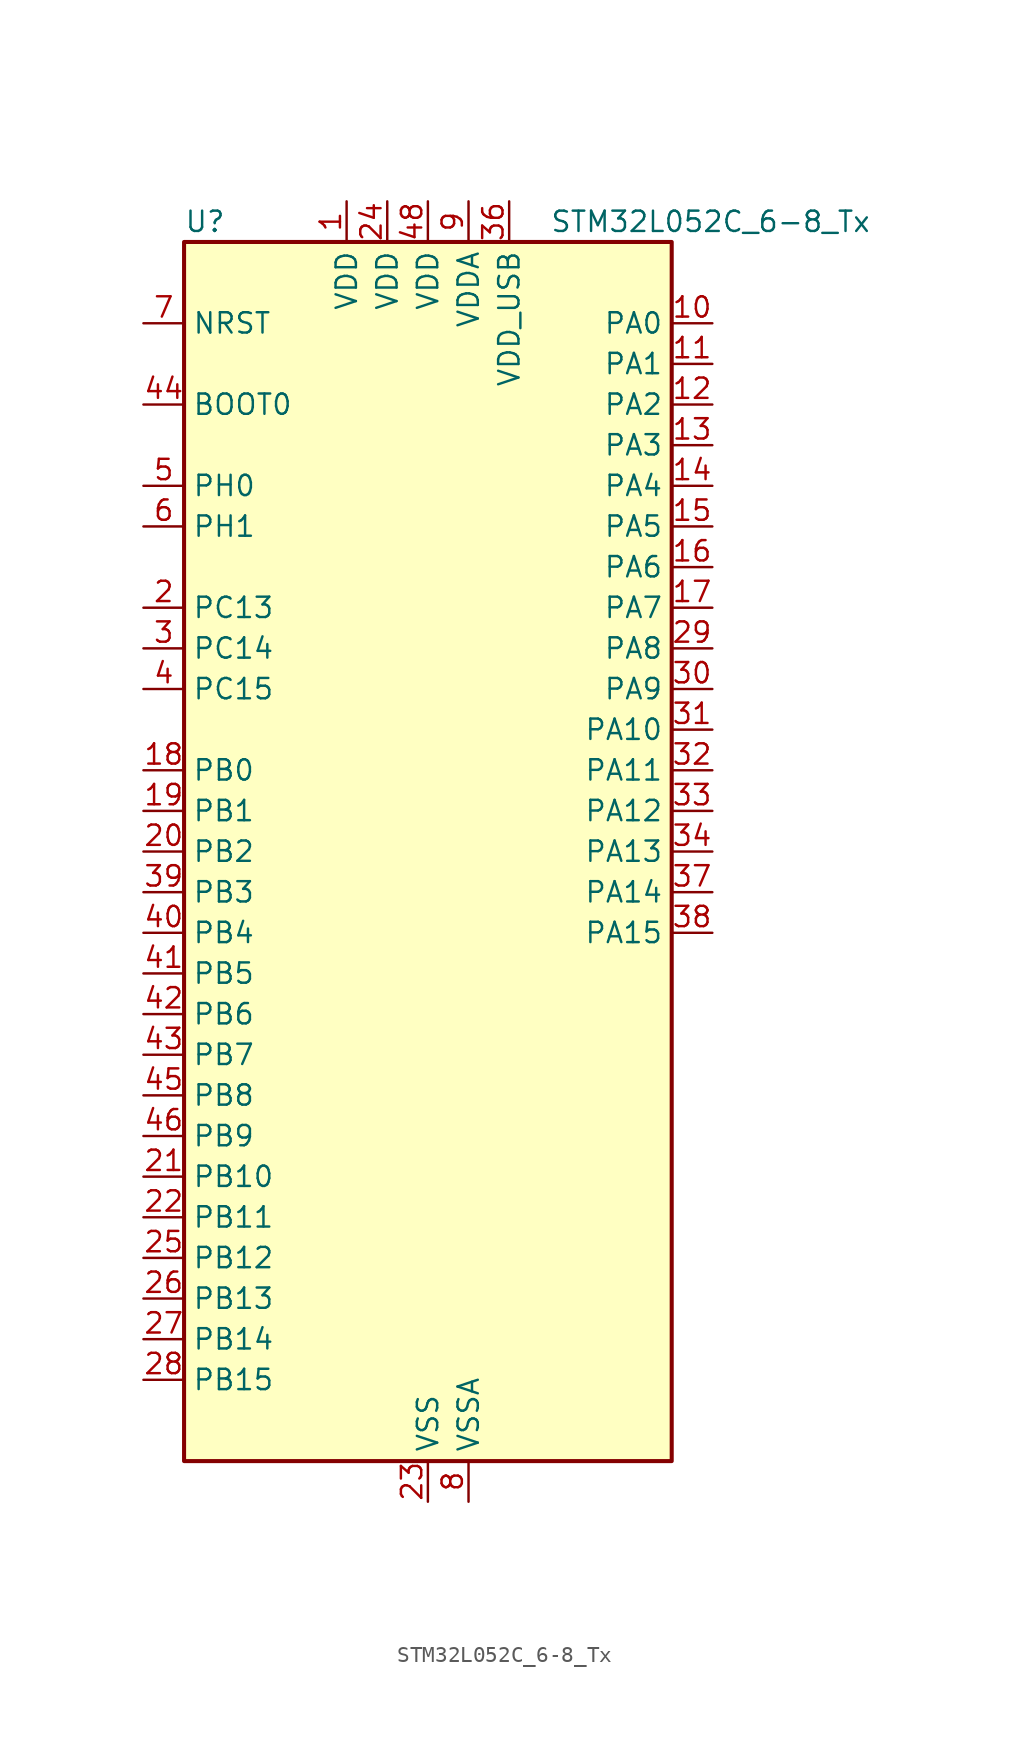
<source format=kicad_sym>
(kicad_symbol_lib
  (version 20241209)
  (generator "kicad_symbol_editor")
  (generator_version "9.0")
  (symbol "STM32L052C_6-8_Tx"
    (property "Reference" "U"
      (at -15.24 39.37 0)
      (effects (font (size 1.27 1.27)) (justify left)))
    (property "Value" "STM32L052C_6-8_Tx"
      (at 7.62 39.37 0)
      (effects (font (size 1.27 1.27)) (justify left)))
    (symbol "STM32L052C_6-8_Tx_0_1"
      (rectangle (start -15.24 -38.1) (end 15.24 38.1) (stroke (width 0.254) (type default)) (fill (type background))))
    (symbol "STM32L052C_6-8_Tx_1_1"
      (pin input line (at -17.78 33.02 0) (length 2.54) (name "NRST" (effects (font (size 1.27 1.27)))) (number "7" (effects (font (size 1.27 1.27)))))
      (pin input line (at -17.78 27.94 0) (length 2.54) (name "BOOT0" (effects (font (size 1.27 1.27)))) (number "44" (effects (font (size 1.27 1.27)))))
      (pin bidirectional line (at -17.78 22.86 0) (length 2.54) (name "PH0" (effects (font (size 1.27 1.27)))) (number "5" (effects (font (size 1.27 1.27)))) (alternate "CRS_SYNC" bidirectional line) (alternate "RCC_OSC_IN" bidirectional line))
      (pin bidirectional line (at -17.78 20.32 0) (length 2.54) (name "PH1" (effects (font (size 1.27 1.27)))) (number "6" (effects (font (size 1.27 1.27)))) (alternate "RCC_OSC_OUT" bidirectional line))
      (pin bidirectional line (at -17.78 15.24 0) (length 2.54) (name "PC13" (effects (font (size 1.27 1.27)))) (number "2" (effects (font (size 1.27 1.27)))) (alternate "RTC_OUT_ALARM" bidirectional line) (alternate "RTC_OUT_CALIB" bidirectional line) (alternate "RTC_TAMP1" bidirectional line) (alternate "RTC_TS" bidirectional line) (alternate "SYS_WKUP2" bidirectional line))
      (pin bidirectional line (at -17.78 12.7 0) (length 2.54) (name "PC14" (effects (font (size 1.27 1.27)))) (number "3" (effects (font (size 1.27 1.27)))) (alternate "RCC_OSC32_IN" bidirectional line))
      (pin bidirectional line (at -17.78 10.16 0) (length 2.54) (name "PC15" (effects (font (size 1.27 1.27)))) (number "4" (effects (font (size 1.27 1.27)))) (alternate "RCC_OSC32_OUT" bidirectional line))
      (pin bidirectional line (at -17.78 5.08 0) (length 2.54) (name "PB0" (effects (font (size 1.27 1.27)))) (number "18" (effects (font (size 1.27 1.27)))) (alternate "ADC_IN8" bidirectional line) (alternate "SYS_VREF_OUT_PB0" bidirectional line) (alternate "TSC_G3_IO2" bidirectional line))
      (pin bidirectional line (at -17.78 2.54 0) (length 2.54) (name "PB1" (effects (font (size 1.27 1.27)))) (number "19" (effects (font (size 1.27 1.27)))) (alternate "ADC_IN9" bidirectional line) (alternate "LPUART1_DE" bidirectional line) (alternate "LPUART1_RTS" bidirectional line) (alternate "SYS_VREF_OUT_PB1" bidirectional line) (alternate "TSC_G3_IO3" bidirectional line))
      (pin bidirectional line (at -17.78 0 0) (length 2.54) (name "PB2" (effects (font (size 1.27 1.27)))) (number "20" (effects (font (size 1.27 1.27)))) (alternate "LPTIM1_OUT" bidirectional line) (alternate "TSC_G3_IO4" bidirectional line))
      (pin bidirectional line (at -17.78 -2.54 0) (length 2.54) (name "PB3" (effects (font (size 1.27 1.27)))) (number "39" (effects (font (size 1.27 1.27)))) (alternate "COMP2_INM" bidirectional line) (alternate "SPI1_SCK" bidirectional line) (alternate "TIM2_CH2" bidirectional line) (alternate "TSC_G5_IO1" bidirectional line))
      (pin bidirectional line (at -17.78 -5.08 0) (length 2.54) (name "PB4" (effects (font (size 1.27 1.27)))) (number "40" (effects (font (size 1.27 1.27)))) (alternate "COMP2_INP" bidirectional line) (alternate "SPI1_MISO" bidirectional line) (alternate "TIM22_CH1" bidirectional line) (alternate "TSC_G5_IO2" bidirectional line))
      (pin bidirectional line (at -17.78 -7.62 0) (length 2.54) (name "PB5" (effects (font (size 1.27 1.27)))) (number "41" (effects (font (size 1.27 1.27)))) (alternate "COMP2_INP" bidirectional line) (alternate "I2C1_SMBA" bidirectional line) (alternate "LPTIM1_IN1" bidirectional line) (alternate "SPI1_MOSI" bidirectional line) (alternate "TIM22_CH2" bidirectional line))
      (pin bidirectional line (at -17.78 -10.16 0) (length 2.54) (name "PB6" (effects (font (size 1.27 1.27)))) (number "42" (effects (font (size 1.27 1.27)))) (alternate "COMP2_INP" bidirectional line) (alternate "I2C1_SCL" bidirectional line) (alternate "LPTIM1_ETR" bidirectional line) (alternate "TSC_G5_IO3" bidirectional line) (alternate "USART1_TX" bidirectional line))
      (pin bidirectional line (at -17.78 -12.7 0) (length 2.54) (name "PB7" (effects (font (size 1.27 1.27)))) (number "43" (effects (font (size 1.27 1.27)))) (alternate "COMP2_INP" bidirectional line) (alternate "I2C1_SDA" bidirectional line) (alternate "LPTIM1_IN2" bidirectional line) (alternate "SYS_PVD_IN" bidirectional line) (alternate "TSC_G5_IO4" bidirectional line) (alternate "USART1_RX" bidirectional line))
      (pin bidirectional line (at -17.78 -15.24 0) (length 2.54) (name "PB8" (effects (font (size 1.27 1.27)))) (number "45" (effects (font (size 1.27 1.27)))) (alternate "I2C1_SCL" bidirectional line) (alternate "TSC_SYNC" bidirectional line))
      (pin bidirectional line (at -17.78 -17.78 0) (length 2.54) (name "PB9" (effects (font (size 1.27 1.27)))) (number "46" (effects (font (size 1.27 1.27)))) (alternate "DAC_EXTI9" bidirectional line) (alternate "I2C1_SDA" bidirectional line) (alternate "I2S2_WS" bidirectional line) (alternate "SPI2_NSS" bidirectional line))
      (pin bidirectional line (at -17.78 -20.32 0) (length 2.54) (name "PB10" (effects (font (size 1.27 1.27)))) (number "21" (effects (font (size 1.27 1.27)))) (alternate "I2C2_SCL" bidirectional line) (alternate "LPUART1_TX" bidirectional line) (alternate "SPI2_SCK" bidirectional line) (alternate "TIM2_CH3" bidirectional line) (alternate "TSC_SYNC" bidirectional line))
      (pin bidirectional line (at -17.78 -22.86 0) (length 2.54) (name "PB11" (effects (font (size 1.27 1.27)))) (number "22" (effects (font (size 1.27 1.27)))) (alternate "ADC_EXTI11" bidirectional line) (alternate "I2C2_SDA" bidirectional line) (alternate "LPUART1_RX" bidirectional line) (alternate "TIM2_CH4" bidirectional line) (alternate "TSC_G6_IO1" bidirectional line))
      (pin bidirectional line (at -17.78 -25.4 0) (length 2.54) (name "PB12" (effects (font (size 1.27 1.27)))) (number "25" (effects (font (size 1.27 1.27)))) (alternate "I2S2_WS" bidirectional line) (alternate "LPUART1_DE" bidirectional line) (alternate "LPUART1_RTS" bidirectional line) (alternate "SPI2_NSS" bidirectional line) (alternate "TSC_G6_IO2" bidirectional line))
      (pin bidirectional line (at -17.78 -27.94 0) (length 2.54) (name "PB13" (effects (font (size 1.27 1.27)))) (number "26" (effects (font (size 1.27 1.27)))) (alternate "I2C2_SCL" bidirectional line) (alternate "I2S2_CK" bidirectional line) (alternate "LPUART1_CTS" bidirectional line) (alternate "SPI2_SCK" bidirectional line) (alternate "TIM21_CH1" bidirectional line) (alternate "TSC_G6_IO3" bidirectional line))
      (pin bidirectional line (at -17.78 -30.48 0) (length 2.54) (name "PB14" (effects (font (size 1.27 1.27)))) (number "27" (effects (font (size 1.27 1.27)))) (alternate "I2C2_SDA" bidirectional line) (alternate "I2S2_MCK" bidirectional line) (alternate "LPUART1_DE" bidirectional line) (alternate "LPUART1_RTS" bidirectional line) (alternate "RTC_OUT_ALARM" bidirectional line) (alternate "RTC_OUT_CALIB" bidirectional line) (alternate "SPI2_MISO" bidirectional line) (alternate "TIM21_CH2" bidirectional line) (alternate "TSC_G6_IO4" bidirectional line))
      (pin bidirectional line (at -17.78 -33.02 0) (length 2.54) (name "PB15" (effects (font (size 1.27 1.27)))) (number "28" (effects (font (size 1.27 1.27)))) (alternate "I2S2_SD" bidirectional line) (alternate "RTC_REFIN" bidirectional line) (alternate "SPI2_MOSI" bidirectional line))
      (pin power_in line (at -5.08 40.64 270) (length 2.54) (name "VDD" (effects (font (size 1.27 1.27)))) (number "1" (effects (font (size 1.27 1.27)))))
      (pin power_in line (at -2.54 40.64 270) (length 2.54) (name "VDD" (effects (font (size 1.27 1.27)))) (number "24" (effects (font (size 1.27 1.27)))))
      (pin power_in line (at 0 40.64 270) (length 2.54) (name "VDD" (effects (font (size 1.27 1.27)))) (number "48" (effects (font (size 1.27 1.27)))))
      (pin power_in line (at 0 -40.64 90) (length 2.54) (name "VSS" (effects (font (size 1.27 1.27)))) (number "23" (effects (font (size 1.27 1.27)))))
      (pin passive line (at 0 -40.64 90) (length 2.54) (hide yes) (name "VSS" (effects (font (size 1.27 1.27)))) (number "35" (effects (font (size 1.27 1.27)))))
      (pin passive line (at 0 -40.64 90) (length 2.54) (hide yes) (name "VSS" (effects (font (size 1.27 1.27)))) (number "47" (effects (font (size 1.27 1.27)))))
      (pin power_in line (at 2.54 40.64 270) (length 2.54) (name "VDDA" (effects (font (size 1.27 1.27)))) (number "9" (effects (font (size 1.27 1.27)))))
      (pin power_in line (at 2.54 -40.64 90) (length 2.54) (name "VSSA" (effects (font (size 1.27 1.27)))) (number "8" (effects (font (size 1.27 1.27)))))
      (pin power_in line (at 5.08 40.64 270) (length 2.54) (name "VDD_USB" (effects (font (size 1.27 1.27)))) (number "36" (effects (font (size 1.27 1.27)))))
      (pin bidirectional line (at 17.78 33.02 180) (length 2.54) (name "PA0" (effects (font (size 1.27 1.27)))) (number "10" (effects (font (size 1.27 1.27)))) (alternate "ADC_IN0" bidirectional line) (alternate "COMP1_INM" bidirectional line) (alternate "COMP1_OUT" bidirectional line) (alternate "RTC_TAMP2" bidirectional line) (alternate "SYS_WKUP1" bidirectional line) (alternate "TIM2_CH1" bidirectional line) (alternate "TIM2_ETR" bidirectional line) (alternate "TSC_G1_IO1" bidirectional line) (alternate "USART2_CTS" bidirectional line))
      (pin bidirectional line (at 17.78 30.48 180) (length 2.54) (name "PA1" (effects (font (size 1.27 1.27)))) (number "11" (effects (font (size 1.27 1.27)))) (alternate "ADC_IN1" bidirectional line) (alternate "COMP1_INP" bidirectional line) (alternate "TIM21_ETR" bidirectional line) (alternate "TIM2_CH2" bidirectional line) (alternate "TSC_G1_IO2" bidirectional line) (alternate "USART2_DE" bidirectional line) (alternate "USART2_RTS" bidirectional line))
      (pin bidirectional line (at 17.78 27.94 180) (length 2.54) (name "PA2" (effects (font (size 1.27 1.27)))) (number "12" (effects (font (size 1.27 1.27)))) (alternate "ADC_IN2" bidirectional line) (alternate "COMP2_INM" bidirectional line) (alternate "COMP2_OUT" bidirectional line) (alternate "TIM21_CH1" bidirectional line) (alternate "TIM2_CH3" bidirectional line) (alternate "TSC_G1_IO3" bidirectional line) (alternate "USART2_TX" bidirectional line))
      (pin bidirectional line (at 17.78 25.4 180) (length 2.54) (name "PA3" (effects (font (size 1.27 1.27)))) (number "13" (effects (font (size 1.27 1.27)))) (alternate "ADC_IN3" bidirectional line) (alternate "COMP2_INP" bidirectional line) (alternate "TIM21_CH2" bidirectional line) (alternate "TIM2_CH4" bidirectional line) (alternate "TSC_G1_IO4" bidirectional line) (alternate "USART2_RX" bidirectional line))
      (pin bidirectional line (at 17.78 22.86 180) (length 2.54) (name "PA4" (effects (font (size 1.27 1.27)))) (number "14" (effects (font (size 1.27 1.27)))) (alternate "ADC_IN4" bidirectional line) (alternate "COMP1_INM" bidirectional line) (alternate "COMP2_INM" bidirectional line) (alternate "DAC_OUT1" bidirectional line) (alternate "SPI1_NSS" bidirectional line) (alternate "TIM22_ETR" bidirectional line) (alternate "TSC_G2_IO1" bidirectional line) (alternate "USART2_CK" bidirectional line))
      (pin bidirectional line (at 17.78 20.32 180) (length 2.54) (name "PA5" (effects (font (size 1.27 1.27)))) (number "15" (effects (font (size 1.27 1.27)))) (alternate "ADC_IN5" bidirectional line) (alternate "COMP1_INM" bidirectional line) (alternate "COMP2_INM" bidirectional line) (alternate "SPI1_SCK" bidirectional line) (alternate "TIM2_CH1" bidirectional line) (alternate "TIM2_ETR" bidirectional line) (alternate "TSC_G2_IO2" bidirectional line))
      (pin bidirectional line (at 17.78 17.78 180) (length 2.54) (name "PA6" (effects (font (size 1.27 1.27)))) (number "16" (effects (font (size 1.27 1.27)))) (alternate "ADC_IN6" bidirectional line) (alternate "COMP1_OUT" bidirectional line) (alternate "LPUART1_CTS" bidirectional line) (alternate "SPI1_MISO" bidirectional line) (alternate "TIM22_CH1" bidirectional line) (alternate "TSC_G2_IO3" bidirectional line))
      (pin bidirectional line (at 17.78 15.24 180) (length 2.54) (name "PA7" (effects (font (size 1.27 1.27)))) (number "17" (effects (font (size 1.27 1.27)))) (alternate "ADC_IN7" bidirectional line) (alternate "COMP2_OUT" bidirectional line) (alternate "SPI1_MOSI" bidirectional line) (alternate "TIM22_CH2" bidirectional line) (alternate "TSC_G2_IO4" bidirectional line))
      (pin bidirectional line (at 17.78 12.7 180) (length 2.54) (name "PA8" (effects (font (size 1.27 1.27)))) (number "29" (effects (font (size 1.27 1.27)))) (alternate "CRS_SYNC" bidirectional line) (alternate "RCC_MCO" bidirectional line) (alternate "USART1_CK" bidirectional line))
      (pin bidirectional line (at 17.78 10.16 180) (length 2.54) (name "PA9" (effects (font (size 1.27 1.27)))) (number "30" (effects (font (size 1.27 1.27)))) (alternate "DAC_EXTI9" bidirectional line) (alternate "RCC_MCO" bidirectional line) (alternate "TSC_G4_IO1" bidirectional line) (alternate "USART1_TX" bidirectional line))
      (pin bidirectional line (at 17.78 7.62 180) (length 2.54) (name "PA10" (effects (font (size 1.27 1.27)))) (number "31" (effects (font (size 1.27 1.27)))) (alternate "TSC_G4_IO2" bidirectional line) (alternate "USART1_RX" bidirectional line))
      (pin bidirectional line (at 17.78 5.08 180) (length 2.54) (name "PA11" (effects (font (size 1.27 1.27)))) (number "32" (effects (font (size 1.27 1.27)))) (alternate "ADC_EXTI11" bidirectional line) (alternate "COMP1_OUT" bidirectional line) (alternate "SPI1_MISO" bidirectional line) (alternate "TSC_G4_IO3" bidirectional line) (alternate "USART1_CTS" bidirectional line) (alternate "USB_DM" bidirectional line))
      (pin bidirectional line (at 17.78 2.54 180) (length 2.54) (name "PA12" (effects (font (size 1.27 1.27)))) (number "33" (effects (font (size 1.27 1.27)))) (alternate "COMP2_OUT" bidirectional line) (alternate "SPI1_MOSI" bidirectional line) (alternate "TSC_G4_IO4" bidirectional line) (alternate "USART1_DE" bidirectional line) (alternate "USART1_RTS" bidirectional line) (alternate "USB_DP" bidirectional line))
      (pin bidirectional line (at 17.78 0 180) (length 2.54) (name "PA13" (effects (font (size 1.27 1.27)))) (number "34" (effects (font (size 1.27 1.27)))) (alternate "SYS_SWDIO" bidirectional line) (alternate "USB_NOE" bidirectional line))
      (pin bidirectional line (at 17.78 -2.54 180) (length 2.54) (name "PA14" (effects (font (size 1.27 1.27)))) (number "37" (effects (font (size 1.27 1.27)))) (alternate "SYS_SWCLK" bidirectional line) (alternate "USART2_TX" bidirectional line))
      (pin bidirectional line (at 17.78 -5.08 180) (length 2.54) (name "PA15" (effects (font (size 1.27 1.27)))) (number "38" (effects (font (size 1.27 1.27)))) (alternate "SPI1_NSS" bidirectional line) (alternate "TIM2_CH1" bidirectional line) (alternate "TIM2_ETR" bidirectional line) (alternate "USART2_RX" bidirectional line)))))
</source>
